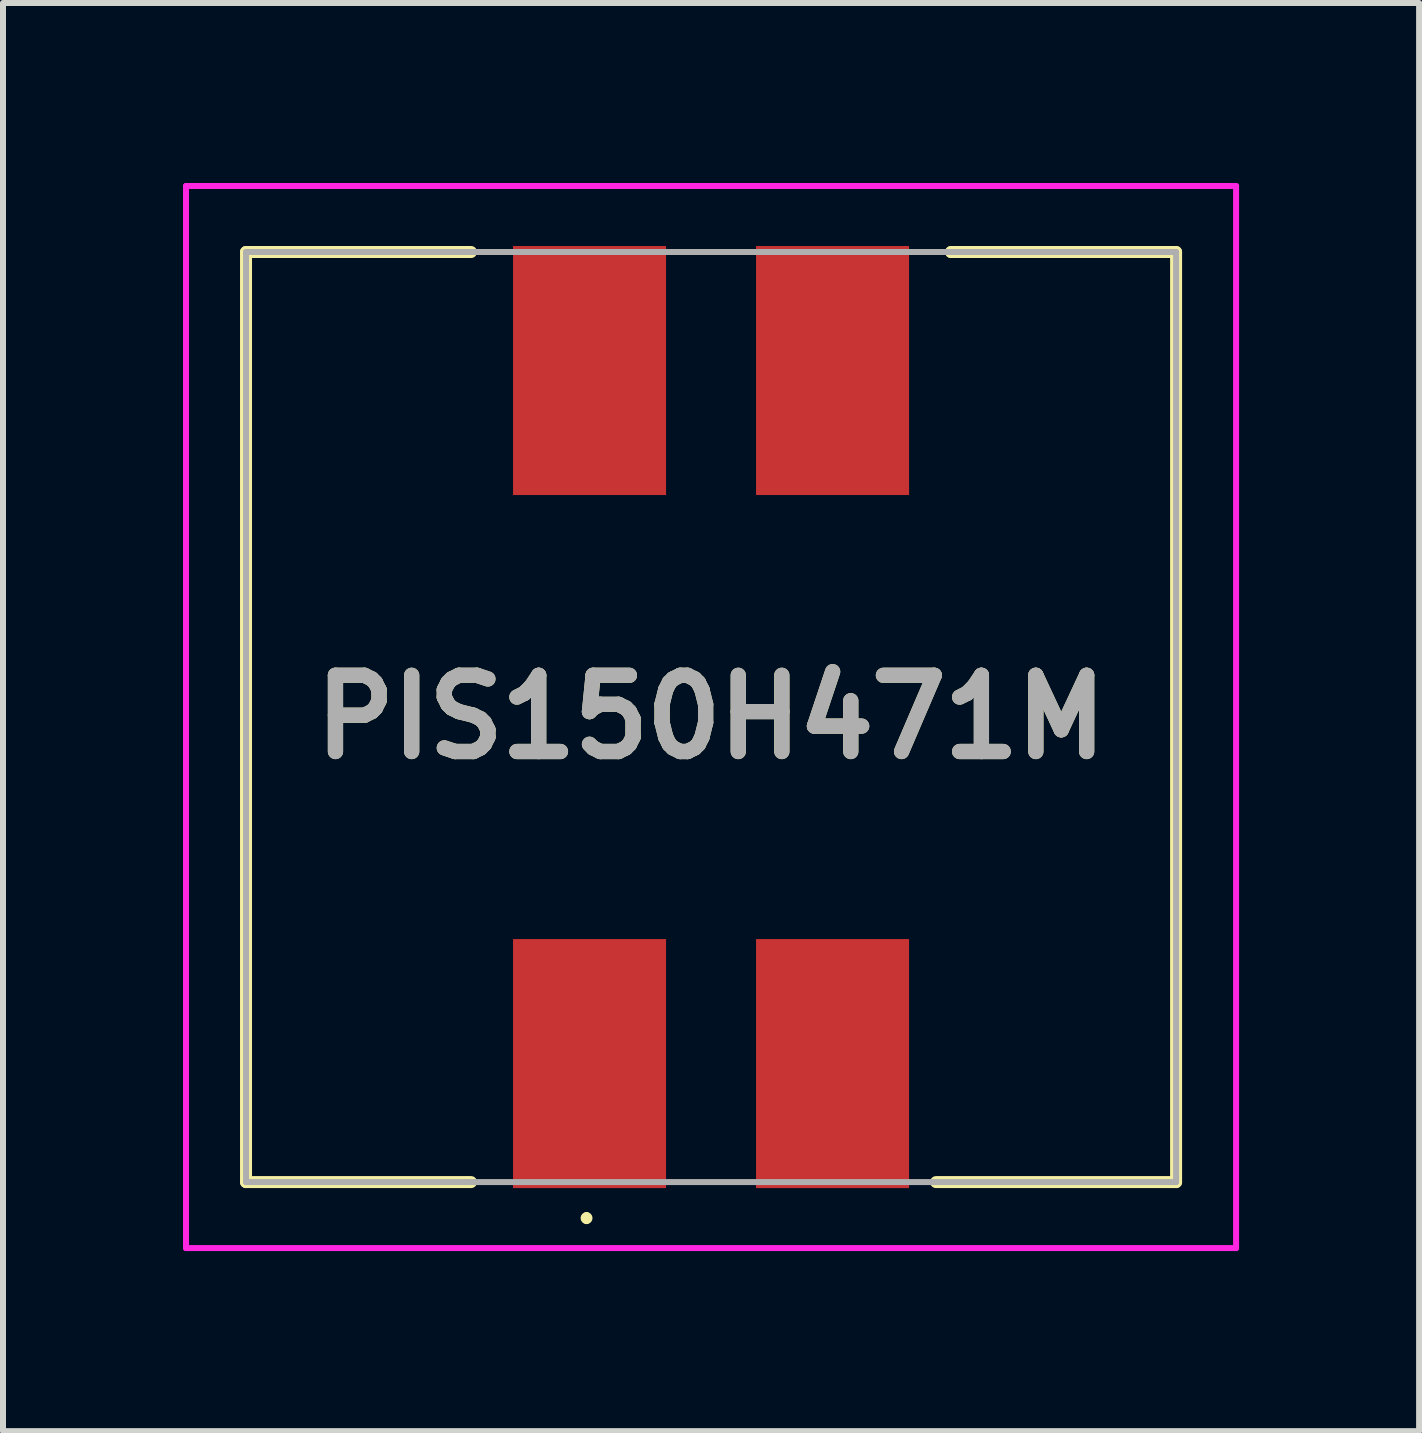
<source format=kicad_pcb>
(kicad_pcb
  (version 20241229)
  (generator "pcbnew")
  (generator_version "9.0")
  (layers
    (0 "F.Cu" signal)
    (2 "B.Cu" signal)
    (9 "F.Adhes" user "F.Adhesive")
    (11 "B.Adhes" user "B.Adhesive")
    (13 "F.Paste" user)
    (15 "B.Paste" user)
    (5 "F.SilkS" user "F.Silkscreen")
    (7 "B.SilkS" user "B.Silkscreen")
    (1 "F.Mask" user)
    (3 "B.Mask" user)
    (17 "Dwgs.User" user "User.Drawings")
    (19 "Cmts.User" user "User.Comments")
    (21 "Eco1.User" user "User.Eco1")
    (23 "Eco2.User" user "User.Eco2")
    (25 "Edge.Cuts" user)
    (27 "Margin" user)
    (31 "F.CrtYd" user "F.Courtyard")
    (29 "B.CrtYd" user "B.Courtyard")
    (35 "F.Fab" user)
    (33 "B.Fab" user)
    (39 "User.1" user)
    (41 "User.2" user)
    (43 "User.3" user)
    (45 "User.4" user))
  (footprint "PIS150H471M"
    (layer "F.Cu")
    (at 8.8 8.9)
    (property "Reference" "PIS150H471M" (at 0 0 0) (layer "F.SilkS") (effects (font (size 1.27 1.27) (thickness 0.254))))
    (attr smd)
    (fp_line (start -7.75 -7.75) (end -4 -7.75) (stroke (width 0.2) (type solid)) (layer "F.SilkS"))
    (fp_line (start -7.75 7.75) (end -7.75 -7.75) (stroke (width 0.2) (type solid)) (layer "F.SilkS"))
    (fp_line (start -4 7.75) (end -7.75 7.75) (stroke (width 0.2) (type solid)) (layer "F.SilkS"))
    (fp_line (start -2.075 8.3) (end -2.075 8.3) (stroke (width 0.1) (type solid)) (layer "F.SilkS"))
    (fp_line (start -2.075 8.4) (end -2.075 8.4) (stroke (width 0.1) (type solid)) (layer "F.SilkS"))
    (fp_line (start 3.75 7.75) (end 7.75 7.75) (stroke (width 0.2) (type solid)) (layer "F.SilkS"))
    (fp_line (start 4 -7.75) (end 4 -7.75) (stroke (width 0.2) (type solid)) (layer "F.SilkS"))
    (fp_line (start 7.75 -7.75) (end 4 -7.75) (stroke (width 0.2) (type solid)) (layer "F.SilkS"))
    (fp_line (start 7.75 7.75) (end 7.75 -7.75) (stroke (width 0.2) (type solid)) (layer "F.SilkS"))
    (fp_arc (start -2.075 8.3) (mid -2.025 8.35) (end -2.075 8.4) (stroke (width 0.1) (type solid)) (layer "F.SilkS"))
    (fp_arc (start -2.075 8.4) (mid -2.125 8.35) (end -2.075 8.3) (stroke (width 0.1) (type solid)) (layer "F.SilkS"))
    (fp_line (start -8.75 -8.85) (end -8.75 8.85) (stroke (width 0.1) (type solid)) (layer "F.CrtYd"))
    (fp_line (start -8.75 8.85) (end 8.75 8.85) (stroke (width 0.1) (type solid)) (layer "F.CrtYd"))
    (fp_line (start 8.75 -8.85) (end -8.75 -8.85) (stroke (width 0.1) (type solid)) (layer "F.CrtYd"))
    (fp_line (start 8.75 8.85) (end 8.75 -8.85) (stroke (width 0.1) (type solid)) (layer "F.CrtYd"))
    (fp_line (start -7.75 -7.75) (end -7.75 7.75) (stroke (width 0.1) (type solid)) (layer "F.Fab"))
    (fp_line (start -7.75 7.75) (end 7.75 7.75) (stroke (width 0.1) (type solid)) (layer "F.Fab"))
    (fp_line (start 7.75 -7.75) (end -7.75 -7.75) (stroke (width 0.1) (type solid)) (layer "F.Fab"))
    (fp_line (start 7.75 7.75) (end 7.75 -7.75) (stroke (width 0.1) (type solid)) (layer "F.Fab"))
    (fp_text user "${REFERENCE}" (at 0 0 0) (layer "F.Fab") (effects (font (size 1.27 1.27) (thickness 0.254))))
    (pad "1" smd rect (at -2.025 5.775) (size 2.55 4.15) (layers "F.Cu" "F.Mask" "F.Paste"))
    (pad "2" smd rect (at 2.025 5.775) (size 2.55 4.15) (layers "F.Cu" "F.Mask" "F.Paste"))
    (pad "3" smd rect (at 2.025 -5.775) (size 2.55 4.15) (layers "F.Cu" "F.Mask" "F.Paste"))
    (pad "4" smd rect (at -2.025 -5.775) (size 2.55 4.15) (layers "F.Cu" "F.Mask" "F.Paste")))
  (gr_rect
    (start -3 -3)
    (end 20.6 20.8)
    (stroke (width 0.1) (type default))
    (fill no)
    (layer "Edge.Cuts")))
</source>
